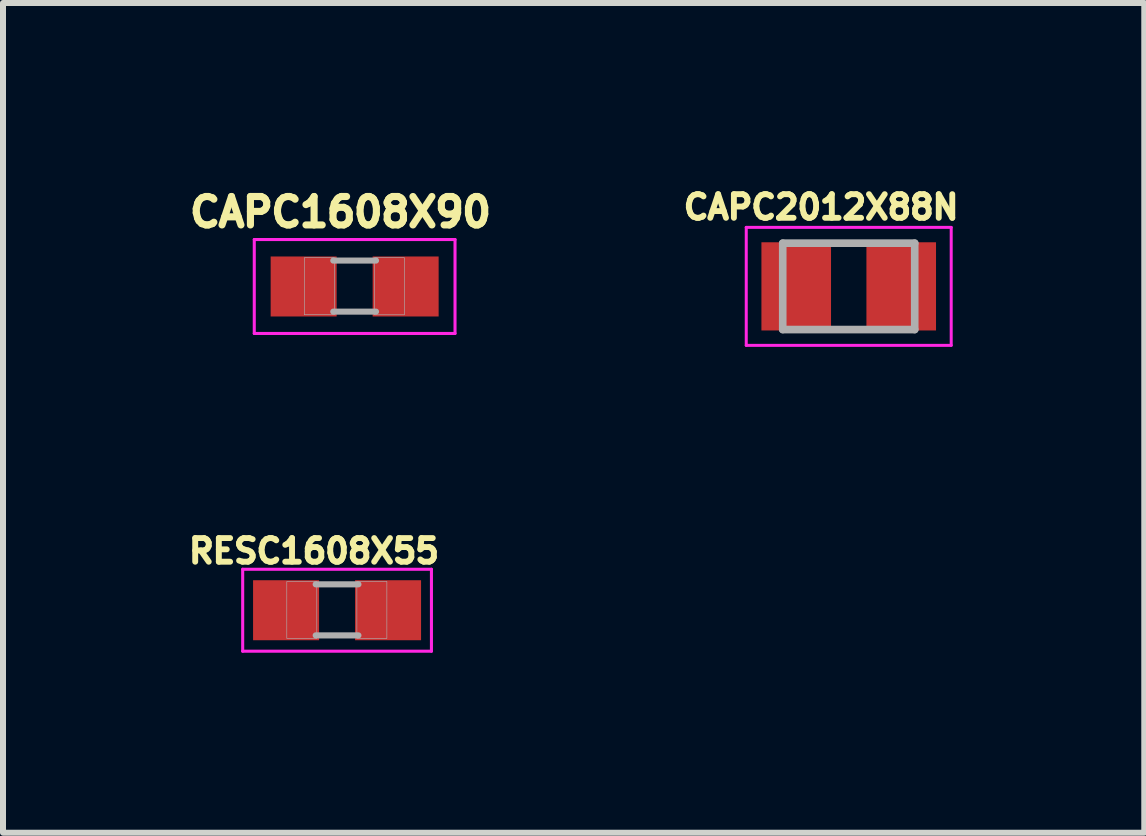
<source format=kicad_pcb>
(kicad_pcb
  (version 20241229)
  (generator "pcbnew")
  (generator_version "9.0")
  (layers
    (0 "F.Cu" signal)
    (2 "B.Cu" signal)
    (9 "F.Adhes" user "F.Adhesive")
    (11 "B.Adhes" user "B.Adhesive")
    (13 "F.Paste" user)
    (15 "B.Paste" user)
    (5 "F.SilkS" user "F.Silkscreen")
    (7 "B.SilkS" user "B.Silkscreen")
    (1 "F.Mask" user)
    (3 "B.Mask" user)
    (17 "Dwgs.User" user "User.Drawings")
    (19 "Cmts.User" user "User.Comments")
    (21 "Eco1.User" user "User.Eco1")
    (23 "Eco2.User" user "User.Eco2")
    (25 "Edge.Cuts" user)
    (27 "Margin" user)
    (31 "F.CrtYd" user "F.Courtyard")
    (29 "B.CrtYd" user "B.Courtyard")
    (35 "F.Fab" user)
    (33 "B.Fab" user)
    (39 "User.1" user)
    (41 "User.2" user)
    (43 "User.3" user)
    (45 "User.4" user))
  (footprint "CAPC2012X88N"
    (layer "F.Cu")
    (at 11.096 1.723)
    (property "Reference" "CAPC2012X88N" (at -0.46 -1.32 0) (layer "F.SilkS") (effects (font (size 0.394 0.394) (thickness 0.098))))
    (attr smd)
    (fp_line (start -1.708 -0.983) (end 1.708 -0.983) (stroke (width 0.05) (type solid)) (layer "F.CrtYd"))
    (fp_line (start -1.708 0.983) (end -1.708 -0.983) (stroke (width 0.05) (type solid)) (layer "F.CrtYd"))
    (fp_line (start -1.708 0.983) (end 1.708 0.983) (stroke (width 0.05) (type solid)) (layer "F.CrtYd"))
    (fp_line (start 1.708 0.983) (end 1.708 -0.983) (stroke (width 0.05) (type solid)) (layer "F.CrtYd"))
    (fp_line (start -1.1 0.72) (end -1.1 -0.72) (stroke (width 0.127) (type solid)) (layer "F.Fab"))
    (fp_line (start 1.1 -0.72) (end -1.1 -0.72) (stroke (width 0.127) (type solid)) (layer "F.Fab"))
    (fp_line (start 1.1 0.72) (end -1.1 0.72) (stroke (width 0.127) (type solid)) (layer "F.Fab"))
    (fp_line (start 1.1 0.72) (end 1.1 -0.72) (stroke (width 0.127) (type solid)) (layer "F.Fab"))
    (pad "1" smd rect (at -0.875 0) (size 1.16 1.47) (layers "F.Cu" "F.Mask" "F.Paste"))
    (pad "2" smd rect (at 0.875 0) (size 1.16 1.47) (layers "F.Cu" "F.Mask" "F.Paste")))
  (footprint "RESC1608X55"
    (layer "F.Cu")
    (at 2.568 7.121)
    (property "Reference" "RESC1608X55" (at -0.385 -0.986 0) (layer "F.SilkS") (effects (font (size 0.394 0.394) (thickness 0.099))))
    (attr smd)
    (fp_line (start -1.573 -0.683) (end 1.573 -0.683) (stroke (width 0.051) (type solid)) (layer "F.CrtYd"))
    (fp_line (start -1.573 0.683) (end -1.573 -0.683) (stroke (width 0.051) (type solid)) (layer "F.CrtYd"))
    (fp_line (start 1.573 -0.683) (end 1.573 0.683) (stroke (width 0.051) (type solid)) (layer "F.CrtYd"))
    (fp_line (start 1.573 0.683) (end -1.573 0.683) (stroke (width 0.051) (type solid)) (layer "F.CrtYd"))
    (fp_line (start -0.356 -0.432) (end 0.356 -0.432) (stroke (width 0.102) (type solid)) (layer "F.Fab"))
    (fp_line (start -0.356 0.419) (end 0.356 0.419) (stroke (width 0.102) (type solid)) (layer "F.Fab"))
    (fp_poly (pts (xy -0.838 -0.48) (xy -0.338 -0.48) (xy -0.338 0.47) (xy -0.838 0.47)) (stroke (width 0.01) (type solid)) (fill no) (layer "F.Fab"))
    (fp_poly (pts (xy 0.33 -0.48) (xy 0.83 -0.48) (xy 0.83 0.47) (xy 0.33 0.47)) (stroke (width 0.01) (type solid)) (fill no) (layer "F.Fab"))
    (pad "1" smd rect (at -0.85 0) (size 1.1 1) (layers "F.Cu" "F.Mask" "F.Paste"))
    (pad "2" smd rect (at 0.85 0) (size 1.1 1) (layers "F.Cu" "F.Mask" "F.Paste")))
  (footprint "CAPC1608X90"
    (layer "F.Cu")
    (at 2.861 1.725)
    (property "Reference" "CAPC1608X90" (at -0.236 -1.239 0) (layer "F.SilkS") (effects (font (size 0.474 0.474) (thickness 0.119))))
    (attr smd)
    (fp_line (start -1.673 -0.783) (end 1.673 -0.783) (stroke (width 0.051) (type solid)) (layer "F.CrtYd"))
    (fp_line (start -1.673 0.783) (end -1.673 -0.783) (stroke (width 0.051) (type solid)) (layer "F.CrtYd"))
    (fp_line (start 1.673 -0.783) (end 1.673 0.783) (stroke (width 0.051) (type solid)) (layer "F.CrtYd"))
    (fp_line (start 1.673 0.783) (end -1.673 0.783) (stroke (width 0.051) (type solid)) (layer "F.CrtYd"))
    (fp_line (start -0.356 -0.432) (end 0.356 -0.432) (stroke (width 0.102) (type solid)) (layer "F.Fab"))
    (fp_line (start -0.356 0.419) (end 0.356 0.419) (stroke (width 0.102) (type solid)) (layer "F.Fab"))
    (fp_poly (pts (xy -0.839 -0.48) (xy -0.338 -0.48) (xy -0.338 0.47) (xy -0.839 0.47)) (stroke (width 0.01) (type solid)) (fill no) (layer "F.Fab"))
    (fp_poly (pts (xy 0.331 -0.48) (xy 0.83 -0.48) (xy 0.83 0.471) (xy 0.331 0.471)) (stroke (width 0.01) (type solid)) (fill no) (layer "F.Fab"))
    (pad "1" smd rect (at -0.85 0) (size 1.1 1) (layers "F.Cu" "F.Mask" "F.Paste"))
    (pad "2" smd rect (at 0.85 0) (size 1.1 1) (layers "F.Cu" "F.Mask" "F.Paste")))
  (gr_rect
    (start -3 -3)
    (end 16.022 10.829)
    (stroke (width 0.1) (type default))
    (fill no)
    (layer "Edge.Cuts")))
</source>
